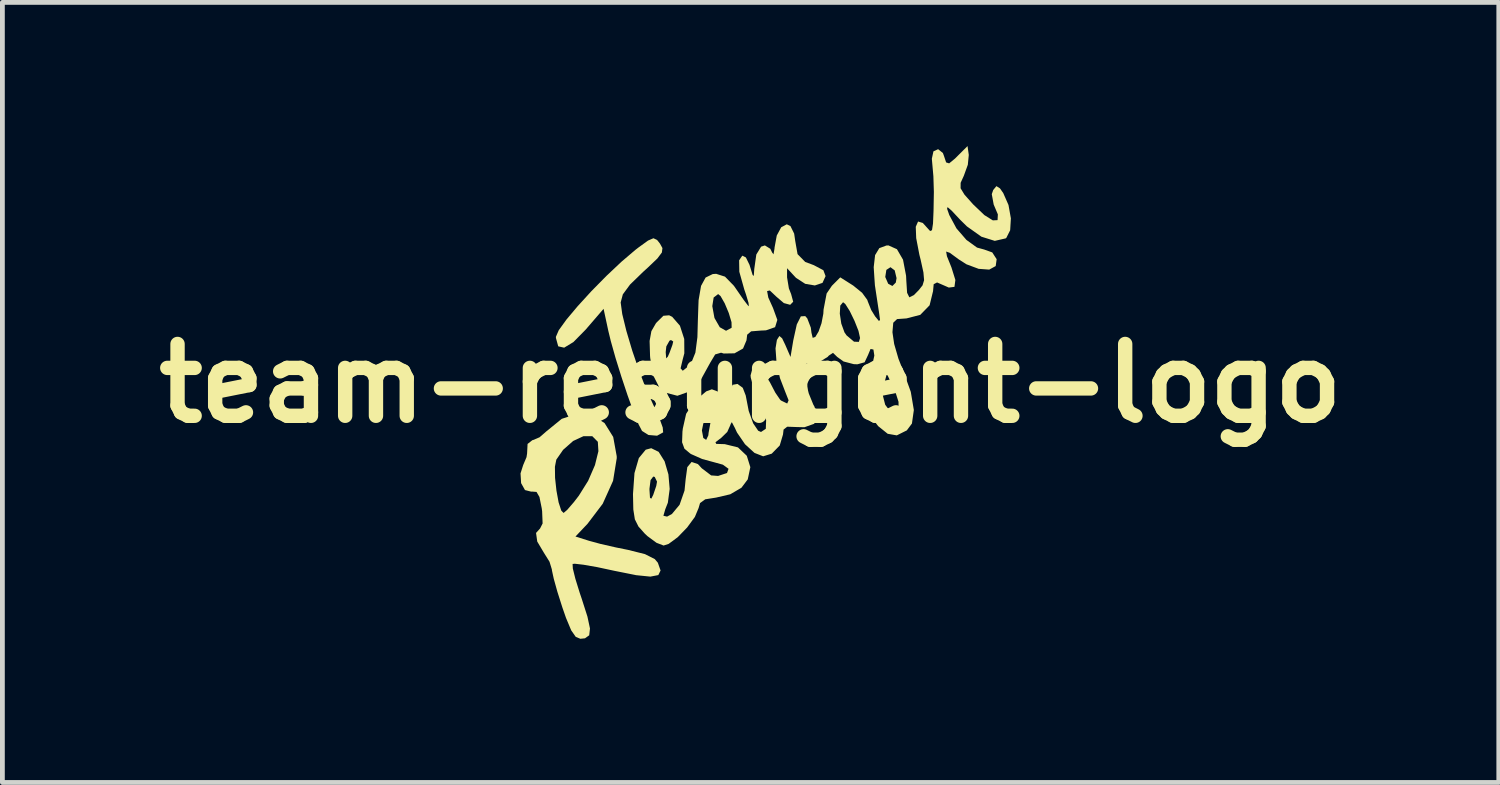
<source format=kicad_pcb>
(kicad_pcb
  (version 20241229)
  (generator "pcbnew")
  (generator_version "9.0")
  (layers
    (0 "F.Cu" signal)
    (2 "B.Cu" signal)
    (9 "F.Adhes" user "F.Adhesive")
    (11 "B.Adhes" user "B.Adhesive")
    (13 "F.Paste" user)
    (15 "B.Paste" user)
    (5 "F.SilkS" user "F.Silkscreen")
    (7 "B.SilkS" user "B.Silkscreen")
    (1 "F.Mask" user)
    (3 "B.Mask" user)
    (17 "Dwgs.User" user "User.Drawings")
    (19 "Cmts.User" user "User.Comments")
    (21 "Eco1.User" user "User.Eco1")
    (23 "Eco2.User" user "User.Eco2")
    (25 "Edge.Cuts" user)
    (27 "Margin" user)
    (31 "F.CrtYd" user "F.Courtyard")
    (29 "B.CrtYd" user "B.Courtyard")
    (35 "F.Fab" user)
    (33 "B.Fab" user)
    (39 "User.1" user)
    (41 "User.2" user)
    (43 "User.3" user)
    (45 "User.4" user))
  (footprint "team-resurgent-logo"
    (layer "F.Cu")
    (at 12.621 4.953)
    (property "Reference" "team-resurgent-logo" (at 0 0 0) (layer "F.SilkS") (effects (font (size 1.5 1.5) (thickness 0.3))))
    (attr board_only exclude_from_pos_files exclude_from_bom)
    (fp_poly (pts (xy -1.952 -2.993) (xy -1.892 -2.917) (xy -1.84 -2.823) (xy -1.852 -2.731) (xy -1.946 -2.606) (xy -2.144 -2.417) (xy -2.242 -2.328) (xy -2.517 -2.061) (xy -2.667 -1.857) (xy -2.712 -1.689) (xy -2.712 -1.687) (xy -2.679 -1.445) (xy -2.593 -1.093) (xy -2.47 -0.68) (xy -2.323 -0.25) (xy -2.169 0.149) (xy -2.03 0.452) (xy -1.908 0.716) (xy -1.834 0.923) (xy -1.825 1.024) (xy -1.952 1.094) (xy -2.132 1.079) (xy -2.266 0.995) (xy -2.339 0.855) (xy -2.445 0.593) (xy -2.569 0.248) (xy -2.698 -0.14) (xy -2.819 -0.529) (xy -2.918 -0.881) (xy -2.97 -1.095) (xy -3.069 -1.555) (xy -3.443 -1.121) (xy -3.699 -0.861) (xy -3.892 -0.744) (xy -4.016 -0.772) (xy -4.064 -0.947) (xy -4.064 -0.972) (xy -4.005 -1.108) (xy -3.845 -1.33) (xy -3.609 -1.611) (xy -3.323 -1.924) (xy -3.01 -2.242) (xy -2.696 -2.538) (xy -2.406 -2.785) (xy -2.34 -2.836) (xy -2.141 -2.98) (xy -2.028 -3.029)) (stroke (width 0) (type solid)) (fill yes) (layer "F.SilkS"))
    (fp_poly (pts (xy -3.306 0.665) (xy -3.048 0.831) (xy -2.868 1.12) (xy -2.795 1.521) (xy -2.794 1.562) (xy -2.871 2.036) (xy -3.087 2.515) (xy -3.404 2.933) (xy -3.656 3.199) (xy -3.373 3.288) (xy -3.134 3.353) (xy -2.81 3.427) (xy -2.558 3.478) (xy -2.206 3.566) (xy -2 3.67) (xy -1.936 3.746) (xy -1.879 3.908) (xy -1.926 4.004) (xy -2.092 4.036) (xy -2.39 4.006) (xy -2.833 3.917) (xy -2.852 3.913) (xy -3.202 3.838) (xy -3.488 3.788) (xy -3.67 3.767) (xy -3.716 3.772) (xy -3.711 3.867) (xy -3.658 4.081) (xy -3.567 4.375) (xy -3.527 4.493) (xy -3.406 4.871) (xy -3.353 5.119) (xy -3.369 5.261) (xy -3.457 5.324) (xy -3.554 5.334) (xy -3.65 5.294) (xy -3.745 5.158) (xy -3.854 4.897) (xy -3.93 4.678) (xy -4.033 4.354) (xy -4.109 4.081) (xy -4.147 3.907) (xy -4.149 3.885) (xy -4.198 3.725) (xy -4.318 3.533) (xy -4.454 3.304) (xy -4.479 3.124) (xy -4.395 3.031) (xy -4.342 2.926) (xy -4.352 2.671) (xy -4.36 2.611) (xy -4.408 2.373) (xy -4.469 2.268) (xy -4.567 2.26) (xy -4.576 2.263) (xy -4.71 2.229) (xy -4.791 2.084) (xy -4.803 1.881) (xy -4.759 1.742) (xy -4.085 1.742) (xy -4.082 1.975) (xy -4.053 2.241) (xy -4.008 2.486) (xy -3.952 2.658) (xy -3.904 2.707) (xy -3.829 2.643) (xy -3.691 2.483) (xy -3.586 2.347) (xy -3.391 2.035) (xy -3.249 1.708) (xy -3.177 1.417) (xy -3.189 1.221) (xy -3.305 1.104) (xy -3.489 1.104) (xy -3.704 1.204) (xy -3.914 1.389) (xy -4.056 1.594) (xy -4.085 1.742) (xy -4.759 1.742) (xy -4.747 1.705) (xy -4.678 1.542) (xy -4.666 1.464) (xy -4.656 1.266) (xy -4.554 1.186) (xy -4.543 1.185) (xy -4.406 1.127) (xy -4.268 1.007) (xy -3.943 0.742) (xy -3.613 0.632)) (stroke (width 0) (type solid)) (fill yes) (layer "F.SilkS"))
    (fp_poly (pts (xy 0.833 -3.282) (xy 0.91 -3.126) (xy 0.933 -2.968) (xy 0.981 -2.697) (xy 1.141 -2.534) (xy 1.32 -2.467) (xy 1.52 -2.361) (xy 1.566 -2.238) (xy 1.502 -2.097) (xy 1.342 -2.043) (xy 1.141 -2.077) (xy 0.95 -2.201) (xy 0.939 -2.212) (xy 0.762 -2.403) (xy 0.762 -2.212) (xy 0.8 -1.981) (xy 0.847 -1.862) (xy 0.89 -1.703) (xy 0.827 -1.639) (xy 0.695 -1.675) (xy 0.536 -1.811) (xy 0.402 -1.938) (xy 0.345 -1.926) (xy 0.37 -1.791) (xy 0.469 -1.572) (xy 0.559 -1.324) (xy 0.512 -1.172) (xy 0.322 -1.106) (xy 0.214 -1.101) (xy 0.012 -1.085) (xy -0.071 -1.015) (xy -0.085 -0.898) (xy -0.157 -0.727) (xy -0.335 -0.626) (xy -0.561 -0.622) (xy -0.616 -0.639) (xy -0.739 -0.603) (xy -0.846 -0.424) (xy -1.047 -0.059) (xy -1.28 0.172) (xy -1.528 0.26) (xy -1.771 0.197) (xy -1.908 0.081) (xy -2.027 -0.154) (xy -2.095 -0.526) (xy -2.099 -0.576) (xy -2.101 -0.651) (xy -1.772 -0.651) (xy -1.762 -0.521) (xy -1.728 -0.556) (xy -1.693 -0.635) (xy -1.632 -0.801) (xy -1.615 -0.873) (xy -1.662 -0.904) (xy -1.693 -0.889) (xy -1.759 -0.771) (xy -1.772 -0.651) (xy -2.101 -0.651) (xy -2.108 -0.884) (xy -2.071 -1.089) (xy -1.977 -1.252) (xy -1.961 -1.271) (xy -1.82 -1.41) (xy -1.7 -1.42) (xy -1.636 -1.388) (xy -1.475 -1.203) (xy -1.385 -0.926) (xy -1.383 -0.626) (xy -1.417 -0.498) (xy -1.461 -0.312) (xy -1.416 -0.262) (xy -1.301 -0.353) (xy -1.232 -0.442) (xy -1.152 -0.641) (xy -1.11 -0.964) (xy -1.101 -1.294) (xy -1.09 -1.612) (xy -0.799 -1.612) (xy -0.756 -1.374) (xy -0.75 -1.357) (xy -0.643 -1.171) (xy -0.512 -1.097) (xy -0.4 -1.157) (xy -0.395 -1.164) (xy -0.398 -1.277) (xy -0.455 -1.467) (xy -0.54 -1.67) (xy -0.627 -1.822) (xy -0.677 -1.863) (xy -0.771 -1.791) (xy -0.799 -1.612) (xy -1.09 -1.612) (xy -1.085 -1.737) (xy -1.034 -2.034) (xy -0.939 -2.208) (xy -0.79 -2.281) (xy -0.718 -2.286) (xy -0.534 -2.227) (xy -0.348 -2.036) (xy -0.286 -1.947) (xy -0.15 -1.75) (xy -0.057 -1.628) (xy -0.035 -1.609) (xy -0.043 -1.68) (xy -0.097 -1.859) (xy -0.131 -1.958) (xy -0.235 -2.329) (xy -0.239 -2.568) (xy -0.173 -2.665) (xy -0.098 -2.628) (xy -0.022 -2.473) (xy -0.011 -2.437) (xy 0.043 -2.262) (xy 0.067 -2.242) (xy 0.076 -2.368) (xy 0.077 -2.385) (xy 0.12 -2.689) (xy 0.22 -2.853) (xy 0.299 -2.879) (xy 0.412 -2.809) (xy 0.45 -2.731) (xy 0.479 -2.693) (xy 0.499 -2.808) (xy 0.501 -2.836) (xy 0.547 -3.086) (xy 0.64 -3.258) (xy 0.756 -3.32)) (stroke (width 0) (type solid)) (fill yes) (layer "F.SilkS"))
    (fp_poly (pts (xy 4.556 -4.768) (xy 4.536 -4.563) (xy 4.453 -4.334) (xy 4.386 -4.186) (xy 4.385 -4.072) (xy 4.466 -3.939) (xy 4.647 -3.736) (xy 4.882 -3.512) (xy 5.058 -3.402) (xy 5.157 -3.407) (xy 5.163 -3.527) (xy 5.076 -3.732) (xy 5.036 -3.949) (xy 5.066 -4.036) (xy 5.133 -4.117) (xy 5.207 -4.07) (xy 5.276 -3.971) (xy 5.385 -3.723) (xy 5.435 -3.444) (xy 5.42 -3.196) (xy 5.339 -3.035) (xy 5.326 -3.026) (xy 5.099 -2.974) (xy 4.82 -3.061) (xy 4.517 -3.276) (xy 4.378 -3.413) (xy 4.198 -3.605) (xy 4.113 -3.679) (xy 4.103 -3.644) (xy 4.149 -3.513) (xy 4.299 -3.234) (xy 4.507 -2.994) (xy 4.728 -2.834) (xy 4.875 -2.794) (xy 5.046 -2.733) (xy 5.138 -2.591) (xy 5.118 -2.448) (xy 4.983 -2.374) (xy 4.762 -2.39) (xy 4.507 -2.485) (xy 4.347 -2.587) (xy 4.161 -2.724) (xy 4.083 -2.751) (xy 4.1 -2.653) (xy 4.194 -2.42) (xy 4.276 -2.157) (xy 4.257 -2.014) (xy 4.139 -1.999) (xy 4.064 -2.032) (xy 3.894 -2.106) (xy 3.823 -2.069) (xy 3.81 -1.924) (xy 3.738 -1.629) (xy 3.543 -1.429) (xy 3.256 -1.355) (xy 3.255 -1.355) (xy 3.059 -1.341) (xy 2.979 -1.265) (xy 2.963 -1.076) (xy 2.963 -1.061) (xy 2.998 -0.822) (xy 3.088 -0.512) (xy 3.18 -0.278) (xy 3.345 0.178) (xy 3.409 0.557) (xy 3.369 0.84) (xy 3.262 0.983) (xy 3.053 1.087) (xy 2.863 1.054) (xy 2.663 0.893) (xy 2.527 0.714) (xy 2.466 0.492) (xy 2.455 0.263) (xy 2.456 0.26) (xy 2.763 0.26) (xy 2.811 0.448) (xy 2.902 0.569) (xy 3.011 0.585) (xy 3.09 0.509) (xy 3.089 0.386) (xy 3.024 0.182) (xy 2.993 0.113) (xy 2.845 -0.199) (xy 2.781 0.04) (xy 2.763 0.26) (xy 2.456 0.26) (xy 2.473 -0.036) (xy 2.516 -0.301) (xy 2.541 -0.383) (xy 2.584 -0.579) (xy 2.565 -0.705) (xy 2.505 -0.717) (xy 2.453 -0.592) (xy 2.381 -0.439) (xy 2.231 -0.397) (xy 2.154 -0.4) (xy 1.941 -0.456) (xy 1.811 -0.549) (xy 1.721 -0.636) (xy 1.633 -0.578) (xy 1.609 -0.551) (xy 1.446 -0.451) (xy 1.295 -0.423) (xy 1.166 -0.411) (xy 1.117 -0.344) (xy 1.128 -0.176) (xy 1.146 -0.065) (xy 1.215 0.211) (xy 1.31 0.445) (xy 1.333 0.485) (xy 1.404 0.694) (xy 1.328 0.845) (xy 1.125 0.917) (xy 0.957 0.913) (xy 0.765 0.906) (xy 0.689 0.966) (xy 0.677 1.069) (xy 0.609 1.298) (xy 0.442 1.469) (xy 0.263 1.524) (xy 0.082 1.453) (xy -0.116 1.272) (xy -0.283 1.028) (xy -0.328 0.931) (xy -0.391 0.811) (xy -0.418 0.854) (xy -0.418 0.863) (xy -0.487 1.016) (xy -0.612 1.138) (xy -0.733 1.23) (xy -0.717 1.265) (xy -0.548 1.27) (xy -0.54 1.27) (xy -0.263 1.338) (xy -0.079 1.513) (xy -0.005 1.751) (xy -0.059 2.006) (xy -0.191 2.181) (xy -0.424 2.317) (xy -0.72 2.386) (xy -0.947 2.422) (xy -1.055 2.501) (xy -1.085 2.604) (xy -1.163 2.79) (xy -1.324 3.01) (xy -1.521 3.213) (xy -1.711 3.353) (xy -1.816 3.387) (xy -1.964 3.33) (xy -2.155 3.189) (xy -2.208 3.139) (xy -2.341 2.99) (xy -2.416 2.84) (xy -2.448 2.635) (xy -2.455 2.318) (xy -2.455 2.311) (xy -2.447 2.201) (xy -2.111 2.201) (xy -2.111 2.223) (xy -2.1 2.392) (xy -2.072 2.408) (xy -2.032 2.328) (xy -1.969 2.142) (xy -1.953 2.053) (xy -2.001 1.955) (xy -2.032 1.947) (xy -2.088 2.021) (xy -2.111 2.201) (xy -2.447 2.201) (xy -2.424 1.874) (xy -2.333 1.561) (xy -2.189 1.386) (xy -2.074 1.355) (xy -1.919 1.431) (xy -1.795 1.629) (xy -1.715 1.903) (xy -1.689 2.206) (xy -1.727 2.493) (xy -1.781 2.63) (xy -1.82 2.766) (xy -1.743 2.783) (xy -1.643 2.729) (xy -1.482 2.536) (xy -1.379 2.24) (xy -1.355 2) (xy -1.321 1.75) (xy -1.231 1.642) (xy -1.099 1.687) (xy -1.019 1.774) (xy -0.823 1.923) (xy -0.678 1.934) (xy -0.492 1.873) (xy -0.46 1.785) (xy -0.578 1.699) (xy -0.737 1.655) (xy -1.009 1.581) (xy -1.241 1.478) (xy -1.259 1.467) (xy -1.381 1.365) (xy -1.43 1.231) (xy -1.422 1.004) (xy -1.419 0.984) (xy -1.016 0.984) (xy -0.987 1.142) (xy -0.927 1.181) (xy -0.882 1.087) (xy -0.877 1.037) (xy -0.84 0.834) (xy -0.801 0.72) (xy -0.763 0.604) (xy -0.82 0.624) (xy -0.873 0.667) (xy -0.987 0.84) (xy -1.016 0.984) (xy -1.419 0.984) (xy -1.415 0.947) (xy -1.345 0.636) (xy -1.192 0.402) (xy -1.102 0.315) (xy -0.925 0.168) (xy -0.808 0.125) (xy -0.687 0.171) (xy -0.628 0.209) (xy -0.483 0.293) (xy -0.43 0.271) (xy -0.423 0.165) (xy -0.377 0.032) (xy -0.273 0.013) (xy -0.163 0.094) (xy -0.101 0.255) (xy -0.039 0.576) (xy 0.054 0.835) (xy 0.159 0.99) (xy 0.218 1.016) (xy 0.318 0.95) (xy 0.325 0.769) (xy 0.244 0.499) (xy 0.169 0.339) (xy 0.063 0.092) (xy 0.004 -0.119) (xy 0 -0.166) (xy 0.041 -0.312) (xy 0.144 -0.328) (xy 0.276 -0.225) (xy 0.404 -0.021) (xy 0.516 0.194) (xy 0.615 0.339) (xy 0.635 0.359) (xy 0.765 0.422) (xy 0.794 0.355) (xy 0.724 0.178) (xy 0.614 -0.108) (xy 0.542 -0.433) (xy 0.521 -0.729) (xy 0.55 -0.907) (xy 0.602 -0.988) (xy 0.659 -0.939) (xy 0.724 -0.804) (xy 0.834 -0.55) (xy 0.892 -0.898) (xy 0.965 -1.229) (xy 1.05 -1.398) (xy 1.142 -1.403) (xy 1.184 -1.355) (xy 1.258 -1.162) (xy 1.271 -1.058) (xy 1.297 -0.949) (xy 1.352 -0.968) (xy 1.42 -1.081) (xy 1.481 -1.254) (xy 1.519 -1.453) (xy 1.519 -1.454) (xy 1.863 -1.454) (xy 1.894 -1.247) (xy 1.961 -1.063) (xy 2.003 -1.002) (xy 2.16 -0.869) (xy 2.261 -0.865) (xy 2.286 -0.945) (xy 2.253 -1.095) (xy 2.171 -1.302) (xy 2.07 -1.51) (xy 1.977 -1.657) (xy 1.931 -1.693) (xy 1.873 -1.623) (xy 1.863 -1.454) (xy 1.519 -1.454) (xy 1.524 -1.54) (xy 1.588 -1.875) (xy 1.698 -2.037) (xy 1.873 -2.212) (xy 2.143 -2.041) (xy 2.329 -1.89) (xy 2.438 -1.74) (xy 2.444 -1.718) (xy 2.519 -1.53) (xy 2.601 -1.397) (xy 2.681 -1.3) (xy 2.703 -1.325) (xy 2.68 -1.495) (xy 2.675 -1.524) (xy 2.596 -2.046) (xy 2.584 -2.22) (xy 2.812 -2.22) (xy 2.873 -2.079) (xy 2.961 -2.032) (xy 3.032 -2.103) (xy 3.048 -2.196) (xy 3.009 -2.358) (xy 2.921 -2.424) (xy 2.835 -2.368) (xy 2.812 -2.22) (xy 2.584 -2.22) (xy 2.571 -2.425) (xy 2.6 -2.677) (xy 2.688 -2.822) (xy 2.836 -2.877) (xy 2.879 -2.879) (xy 3.056 -2.8) (xy 3.183 -2.581) (xy 3.247 -2.245) (xy 3.252 -2.139) (xy 3.268 -1.89) (xy 3.315 -1.795) (xy 3.41 -1.842) (xy 3.513 -1.947) (xy 3.591 -2.046) (xy 3.623 -2.153) (xy 3.609 -2.315) (xy 3.551 -2.58) (xy 3.525 -2.682) (xy 3.458 -3.031) (xy 3.449 -3.268) (xy 3.497 -3.378) (xy 3.596 -3.348) (xy 3.68 -3.255) (xy 3.749 -3.179) (xy 3.788 -3.197) (xy 3.809 -3.335) (xy 3.82 -3.598) (xy 3.827 -3.997) (xy 3.817 -4.323) (xy 3.786 -4.674) (xy 3.785 -4.69) (xy 3.818 -4.843) (xy 3.916 -4.888) (xy 4.015 -4.809) (xy 4.037 -4.75) (xy 4.083 -4.612) (xy 4.146 -4.592) (xy 4.268 -4.692) (xy 4.339 -4.763) (xy 4.53 -4.953)) (stroke (width 0) (type solid)) (fill yes) (layer "F.SilkS")))
  (gr_rect
    (start -3 -3)
    (end 28.243 13.287)
    (stroke (width 0.1) (type default))
    (fill no)
    (layer "Edge.Cuts")))
</source>
